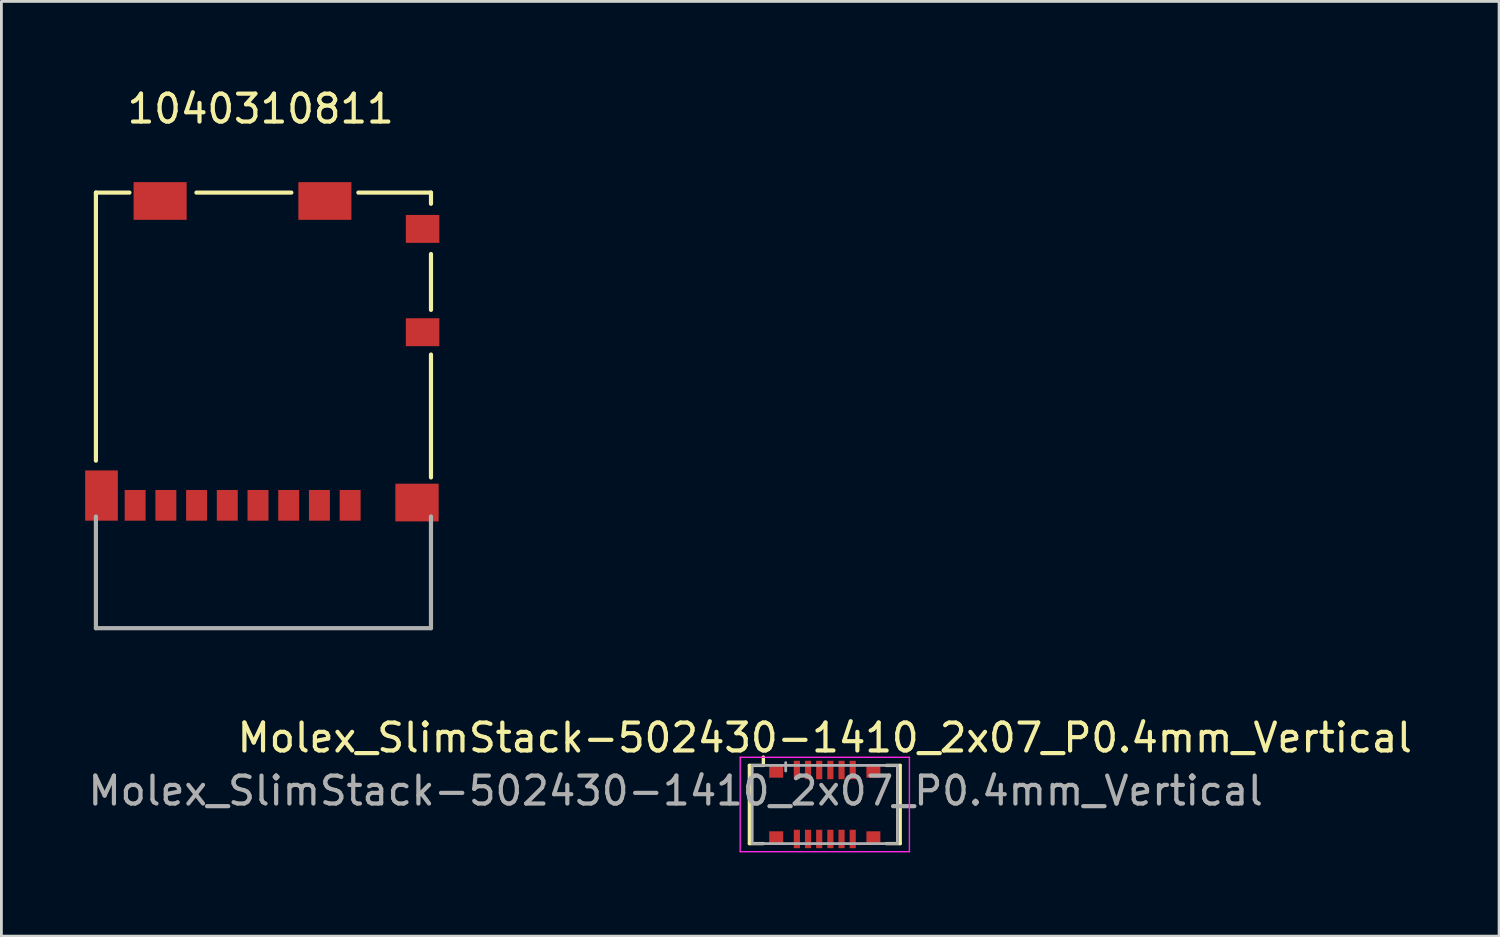
<source format=kicad_pcb>
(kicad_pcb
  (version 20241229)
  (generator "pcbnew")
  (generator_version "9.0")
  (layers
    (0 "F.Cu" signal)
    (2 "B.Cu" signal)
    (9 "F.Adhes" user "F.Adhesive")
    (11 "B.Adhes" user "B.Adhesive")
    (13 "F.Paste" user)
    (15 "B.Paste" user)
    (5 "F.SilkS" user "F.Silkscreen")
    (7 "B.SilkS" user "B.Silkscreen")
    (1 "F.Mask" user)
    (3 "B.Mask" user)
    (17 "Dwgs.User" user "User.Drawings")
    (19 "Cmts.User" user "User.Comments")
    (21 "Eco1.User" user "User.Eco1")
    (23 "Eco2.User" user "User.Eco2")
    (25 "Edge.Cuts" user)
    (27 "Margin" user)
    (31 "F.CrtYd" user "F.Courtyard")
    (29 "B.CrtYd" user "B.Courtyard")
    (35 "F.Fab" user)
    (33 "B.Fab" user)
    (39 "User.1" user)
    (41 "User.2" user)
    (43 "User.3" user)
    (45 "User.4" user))
  (footprint "1040310811"
    (layer "F.Cu")
    (at 6.385 15.048)
    (property "Reference" "1040310811" (at -0.1 -14.2 0) (layer "F.SilkS") (effects (font (size 1 1) (thickness 0.15))))
    (attr through_hole)
    (fp_line (start -6 -11.2) (end -4.8 -11.2) (stroke (width 0.15) (type solid)) (layer "F.SilkS"))
    (fp_line (start -6 -1.6) (end -6 -11.2) (stroke (width 0.15) (type solid)) (layer "F.SilkS"))
    (fp_line (start -2.4 -11.2) (end 1 -11.2) (stroke (width 0.15) (type solid)) (layer "F.SilkS"))
    (fp_line (start 3.4 -11.2) (end 6 -11.2) (stroke (width 0.15) (type solid)) (layer "F.SilkS"))
    (fp_line (start 6 -11.2) (end 6 -10.8) (stroke (width 0.15) (type solid)) (layer "F.SilkS"))
    (fp_line (start 6 -9) (end 6 -7) (stroke (width 0.15) (type solid)) (layer "F.SilkS"))
    (fp_line (start 6 -5.4) (end 6 -1) (stroke (width 0.15) (type solid)) (layer "F.SilkS"))
    (fp_line (start -6 4.4) (end -6 0.4) (stroke (width 0.15) (type solid)) (layer "F.Fab"))
    (fp_line (start 6 0.4) (end 6 4.4) (stroke (width 0.15) (type solid)) (layer "F.Fab"))
    (fp_line (start 6 4.4) (end -6 4.4) (stroke (width 0.15) (type solid)) (layer "F.Fab"))
    (pad "1" smd rect (at 3.105 0) (size 0.75 1.1) (layers "F.Cu" "F.Mask" "F.Paste"))
    (pad "2" smd rect (at 2.005 0) (size 0.75 1.1) (layers "F.Cu" "F.Mask" "F.Paste"))
    (pad "3" smd rect (at 0.905 0) (size 0.75 1.1) (layers "F.Cu" "F.Mask" "F.Paste"))
    (pad "4" smd rect (at -0.195 0) (size 0.75 1.1) (layers "F.Cu" "F.Mask" "F.Paste"))
    (pad "5" smd rect (at -1.295 0) (size 0.75 1.1) (layers "F.Cu" "F.Mask" "F.Paste"))
    (pad "6" smd rect (at -2.395 0) (size 0.75 1.1) (layers "F.Cu" "F.Mask" "F.Paste"))
    (pad "7" smd rect (at -3.495 0) (size 0.75 1.1) (layers "F.Cu" "F.Mask" "F.Paste"))
    (pad "8" smd rect (at -4.595 0) (size 0.75 1.1) (layers "F.Cu" "F.Mask" "F.Paste"))
    (pad "9" smd rect (at -5.8 -0.35) (size 1.17 1.8) (layers "F.Cu" "F.Mask" "F.Paste"))
    (pad "9" smd rect (at -3.7 -10.9) (size 1.9 1.35) (layers "F.Cu" "F.Mask" "F.Paste"))
    (pad "9" smd rect (at 2.2 -10.9) (size 1.9 1.35) (layers "F.Cu" "F.Mask" "F.Paste"))
    (pad "9" smd rect (at 5.5 -0.1) (size 1.55 1.35) (layers "F.Cu" "F.Mask" "F.Paste"))
    (pad "10" smd rect (at 5.7 -6.2) (size 1.2 1) (layers "F.Cu" "F.Mask" "F.Paste"))
    (pad "11" smd rect (at 5.7 -9.9) (size 1.2 1) (layers "F.Cu" "F.Mask" "F.Paste")))
  (footprint "Molex_SlimStack-502430-1410_2x07_P0.4mm_Vertical"
    (layer "F.Cu")
    (at 26.489 25.762)
    (property "Reference" "Molex_SlimStack-502430-1410_2x07_P0.4mm_Vertical" (at 0 -2.39 0) (layer "F.SilkS") (effects (font (size 1 1) (thickness 0.15))))
    (attr smd)
    (fp_line (start -2.7 -1.4) (end -2.2 -1.4) (stroke (width 0.12) (type solid)) (layer "F.SilkS"))
    (fp_line (start -2.7 1.4) (end -2.7 -1.4) (stroke (width 0.12) (type solid)) (layer "F.SilkS"))
    (fp_line (start -2.2 -1.4) (end -2.2 -1.7) (stroke (width 0.12) (type solid)) (layer "F.SilkS"))
    (fp_line (start -2.2 1.4) (end -2.7 1.4) (stroke (width 0.12) (type solid)) (layer "F.SilkS"))
    (fp_line (start 2.2 1.4) (end 2.7 1.4) (stroke (width 0.12) (type solid)) (layer "F.SilkS"))
    (fp_line (start 2.7 -1.4) (end 2.2 -1.4) (stroke (width 0.12) (type solid)) (layer "F.SilkS"))
    (fp_line (start 2.7 1.4) (end 2.7 -1.4) (stroke (width 0.12) (type solid)) (layer "F.SilkS"))
    (fp_line (start -3.03 -1.69) (end -3.03 1.69) (stroke (width 0.05) (type solid)) (layer "F.CrtYd"))
    (fp_line (start -3.03 1.69) (end 3.03 1.69) (stroke (width 0.05) (type solid)) (layer "F.CrtYd"))
    (fp_line (start 3.03 -1.69) (end -3.03 -1.69) (stroke (width 0.05) (type solid)) (layer "F.CrtYd"))
    (fp_line (start 3.03 1.69) (end 3.03 -1.69) (stroke (width 0.05) (type solid)) (layer "F.CrtYd"))
    (fp_line (start -2.6 -1.4) (end -2.6 1.4) (stroke (width 0.1) (type solid)) (layer "F.Fab"))
    (fp_line (start -2.6 1.4) (end 2.6 1.4) (stroke (width 0.1) (type solid)) (layer "F.Fab"))
    (fp_line (start -1.4 -1.2) (end -1.4 -1.5) (stroke (width 0.1) (type solid)) (layer "F.Fab"))
    (fp_line (start 2.6 -1.4) (end -2.6 -1.4) (stroke (width 0.1) (type solid)) (layer "F.Fab"))
    (fp_line (start 2.6 1.4) (end 2.6 -1.4) (stroke (width 0.1) (type solid)) (layer "F.Fab"))
    (fp_text user "${REFERENCE}" (at -5.34 -0.49 0) (layer "F.Fab") (effects (font (size 1 1) (thickness 0.15))))
    (pad "1" smd rect (at -1 -1.235) (size 0.22 0.66) (layers "F.Cu" "F.Mask" "F.Paste"))
    (pad "2" smd rect (at -1 1.235) (size 0.22 0.66) (layers "F.Cu" "F.Mask" "F.Paste"))
    (pad "3" smd rect (at -0.6 -1.235) (size 0.22 0.66) (layers "F.Cu" "F.Mask" "F.Paste"))
    (pad "4" smd rect (at -0.6 1.235) (size 0.22 0.66) (layers "F.Cu" "F.Mask" "F.Paste"))
    (pad "5" smd rect (at -0.2 -1.235) (size 0.22 0.66) (layers "F.Cu" "F.Mask" "F.Paste"))
    (pad "6" smd rect (at -0.2 1.235) (size 0.22 0.66) (layers "F.Cu" "F.Mask" "F.Paste"))
    (pad "7" smd rect (at 0.2 -1.235) (size 0.22 0.66) (layers "F.Cu" "F.Mask" "F.Paste"))
    (pad "8" smd rect (at 0.2 1.235) (size 0.22 0.66) (layers "F.Cu" "F.Mask" "F.Paste"))
    (pad "9" smd rect (at 0.6 -1.235) (size 0.22 0.66) (layers "F.Cu" "F.Mask" "F.Paste"))
    (pad "10" smd rect (at 0.6 1.235) (size 0.22 0.66) (layers "F.Cu" "F.Mask" "F.Paste"))
    (pad "11" smd rect (at 1 -1.235) (size 0.22 0.66) (layers "F.Cu" "F.Mask" "F.Paste"))
    (pad "12" smd rect (at 1 1.235) (size 0.22 0.66) (layers "F.Cu" "F.Mask" "F.Paste"))
    (pad "13" smd rect (at -1.74 -1.195) (size 0.5 0.47) (layers "F.Cu" "F.Mask" "F.Paste"))
    (pad "13" smd rect (at -1.74 1.195) (size 0.5 0.47) (layers "F.Cu" "F.Mask" "F.Paste"))
    (pad "13" smd rect (at 1.74 -1.195) (size 0.5 0.47) (layers "F.Cu" "F.Mask" "F.Paste"))
    (pad "13" smd rect (at 1.74 1.195) (size 0.5 0.47) (layers "F.Cu" "F.Mask" "F.Paste")))
  (gr_rect
    (start -3 -3)
    (end 50.638 30.477)
    (stroke (width 0.1) (type default))
    (fill no)
    (layer "Edge.Cuts")))
</source>
